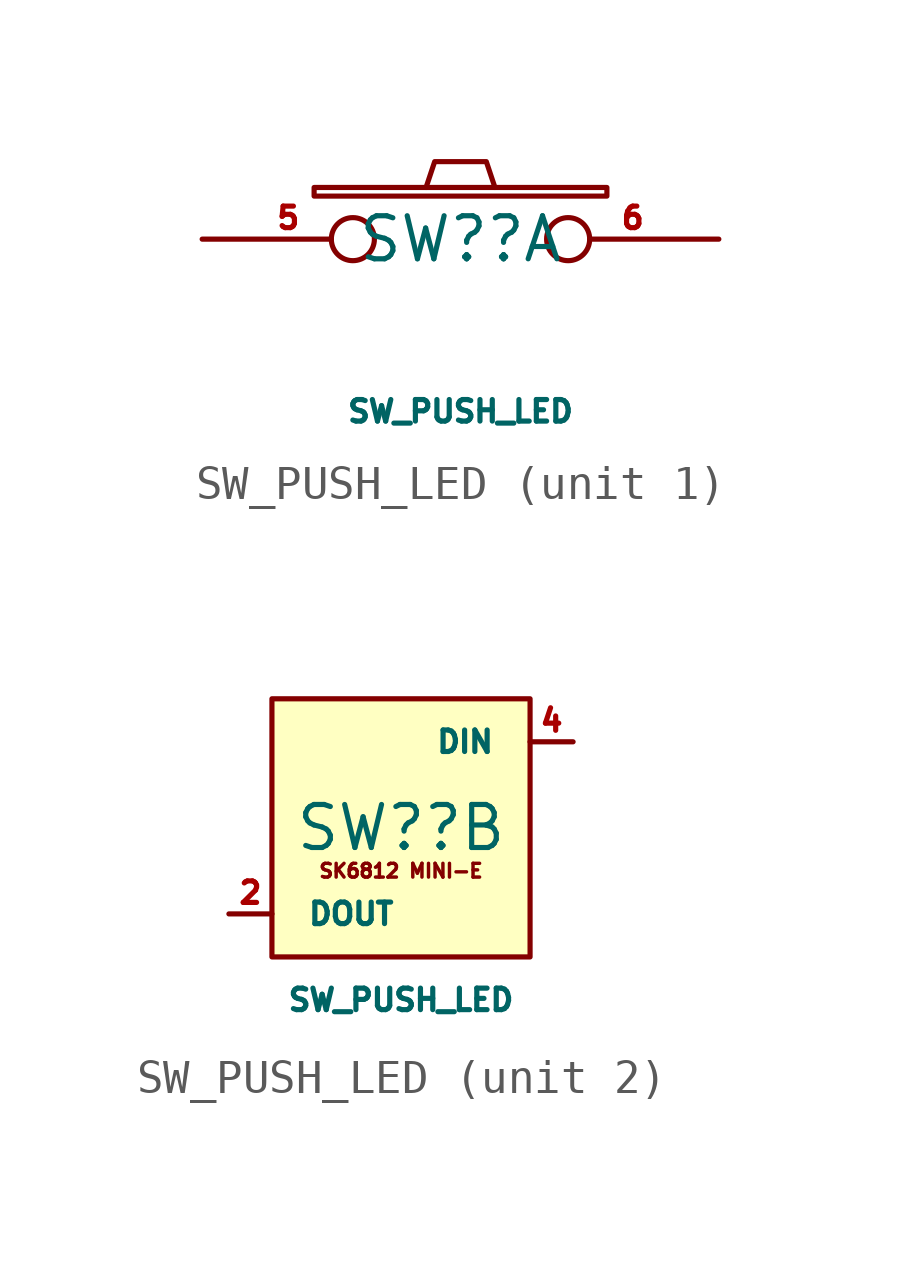
<source format=kicad_sym>
(kicad_symbol_lib
  (version 20220914)
  (generator kicad_symbol_editor)
  (symbol "SW_PUSH_LED"
    (pin_names
      (offset 1.016))
    (property "Reference" "SW?"
      (at 0 0 0)
      (effects (font (size 1.27 1.27))))
    (property "Value" "SW_PUSH_LED"
      (at 0 -5.08 0)
      (effects (font (size 0.635 0.635))))
    (property "Key" ""
      (at 0 0 0)
      (effects (font (size 1.27 1.27))))
    (property "ki_locked" ""
      (at 0 0 0)
      (effects (font (size 1.27 1.27))))
    (symbol "SW_PUSH_LED_1_1"
      (rectangle (start -4.318 1.27) (end 4.318 1.524) (stroke (width 0) (type default)) (fill (type none)))
      (polyline (pts (xy -1.016 1.524) (xy -0.762 2.286) (xy 0.762 2.286) (xy 1.016 1.524)) (stroke (width 0) (type default)) (fill (type none)))
      (pin passive inverted (at -7.62 0 0) (length 5.08) (name "~" (effects (font (size 0.61 0.61)))) (number "5" (effects (font (size 0.635 0.635)))))
      (pin passive inverted (at 7.62 0 180) (length 5.08) (name "~" (effects (font (size 0.61 0.61)))) (number "6" (effects (font (size 0.635 0.635))))))
    (symbol "SW_PUSH_LED_2_0"
      (text "SK6812 MINI-E" (at 0 -1.27 0) (effects (font (size 0.406 0.406)))))
    (symbol "SW_PUSH_LED_2_1"
      (rectangle (start -3.81 3.81) (end 3.81 -3.81) (stroke (width 0) (type default)) (fill (type background)))
      (pin power_in line (at -5.08 2.54 0) (length 1.27) hide (name "VCC" (effects (font (size 0.635 0.635)))) (number "1" (effects (font (size 0.635 0.635)))))
      (pin output line (at -5.08 -2.54 0) (length 1.27) (name "DOUT" (effects (font (size 0.635 0.635)))) (number "2" (effects (font (size 0.635 0.635)))))
      (pin power_in line (at 5.08 -2.54 180) (length 1.27) hide (name "GND" (effects (font (size 0.635 0.635)))) (number "3" (effects (font (size 0.635 0.635)))))
      (pin input line (at 5.08 2.54 180) (length 1.27) (name "DIN" (effects (font (size 0.635 0.635)))) (number "4" (effects (font (size 0.635 0.635))))))))
</source>
